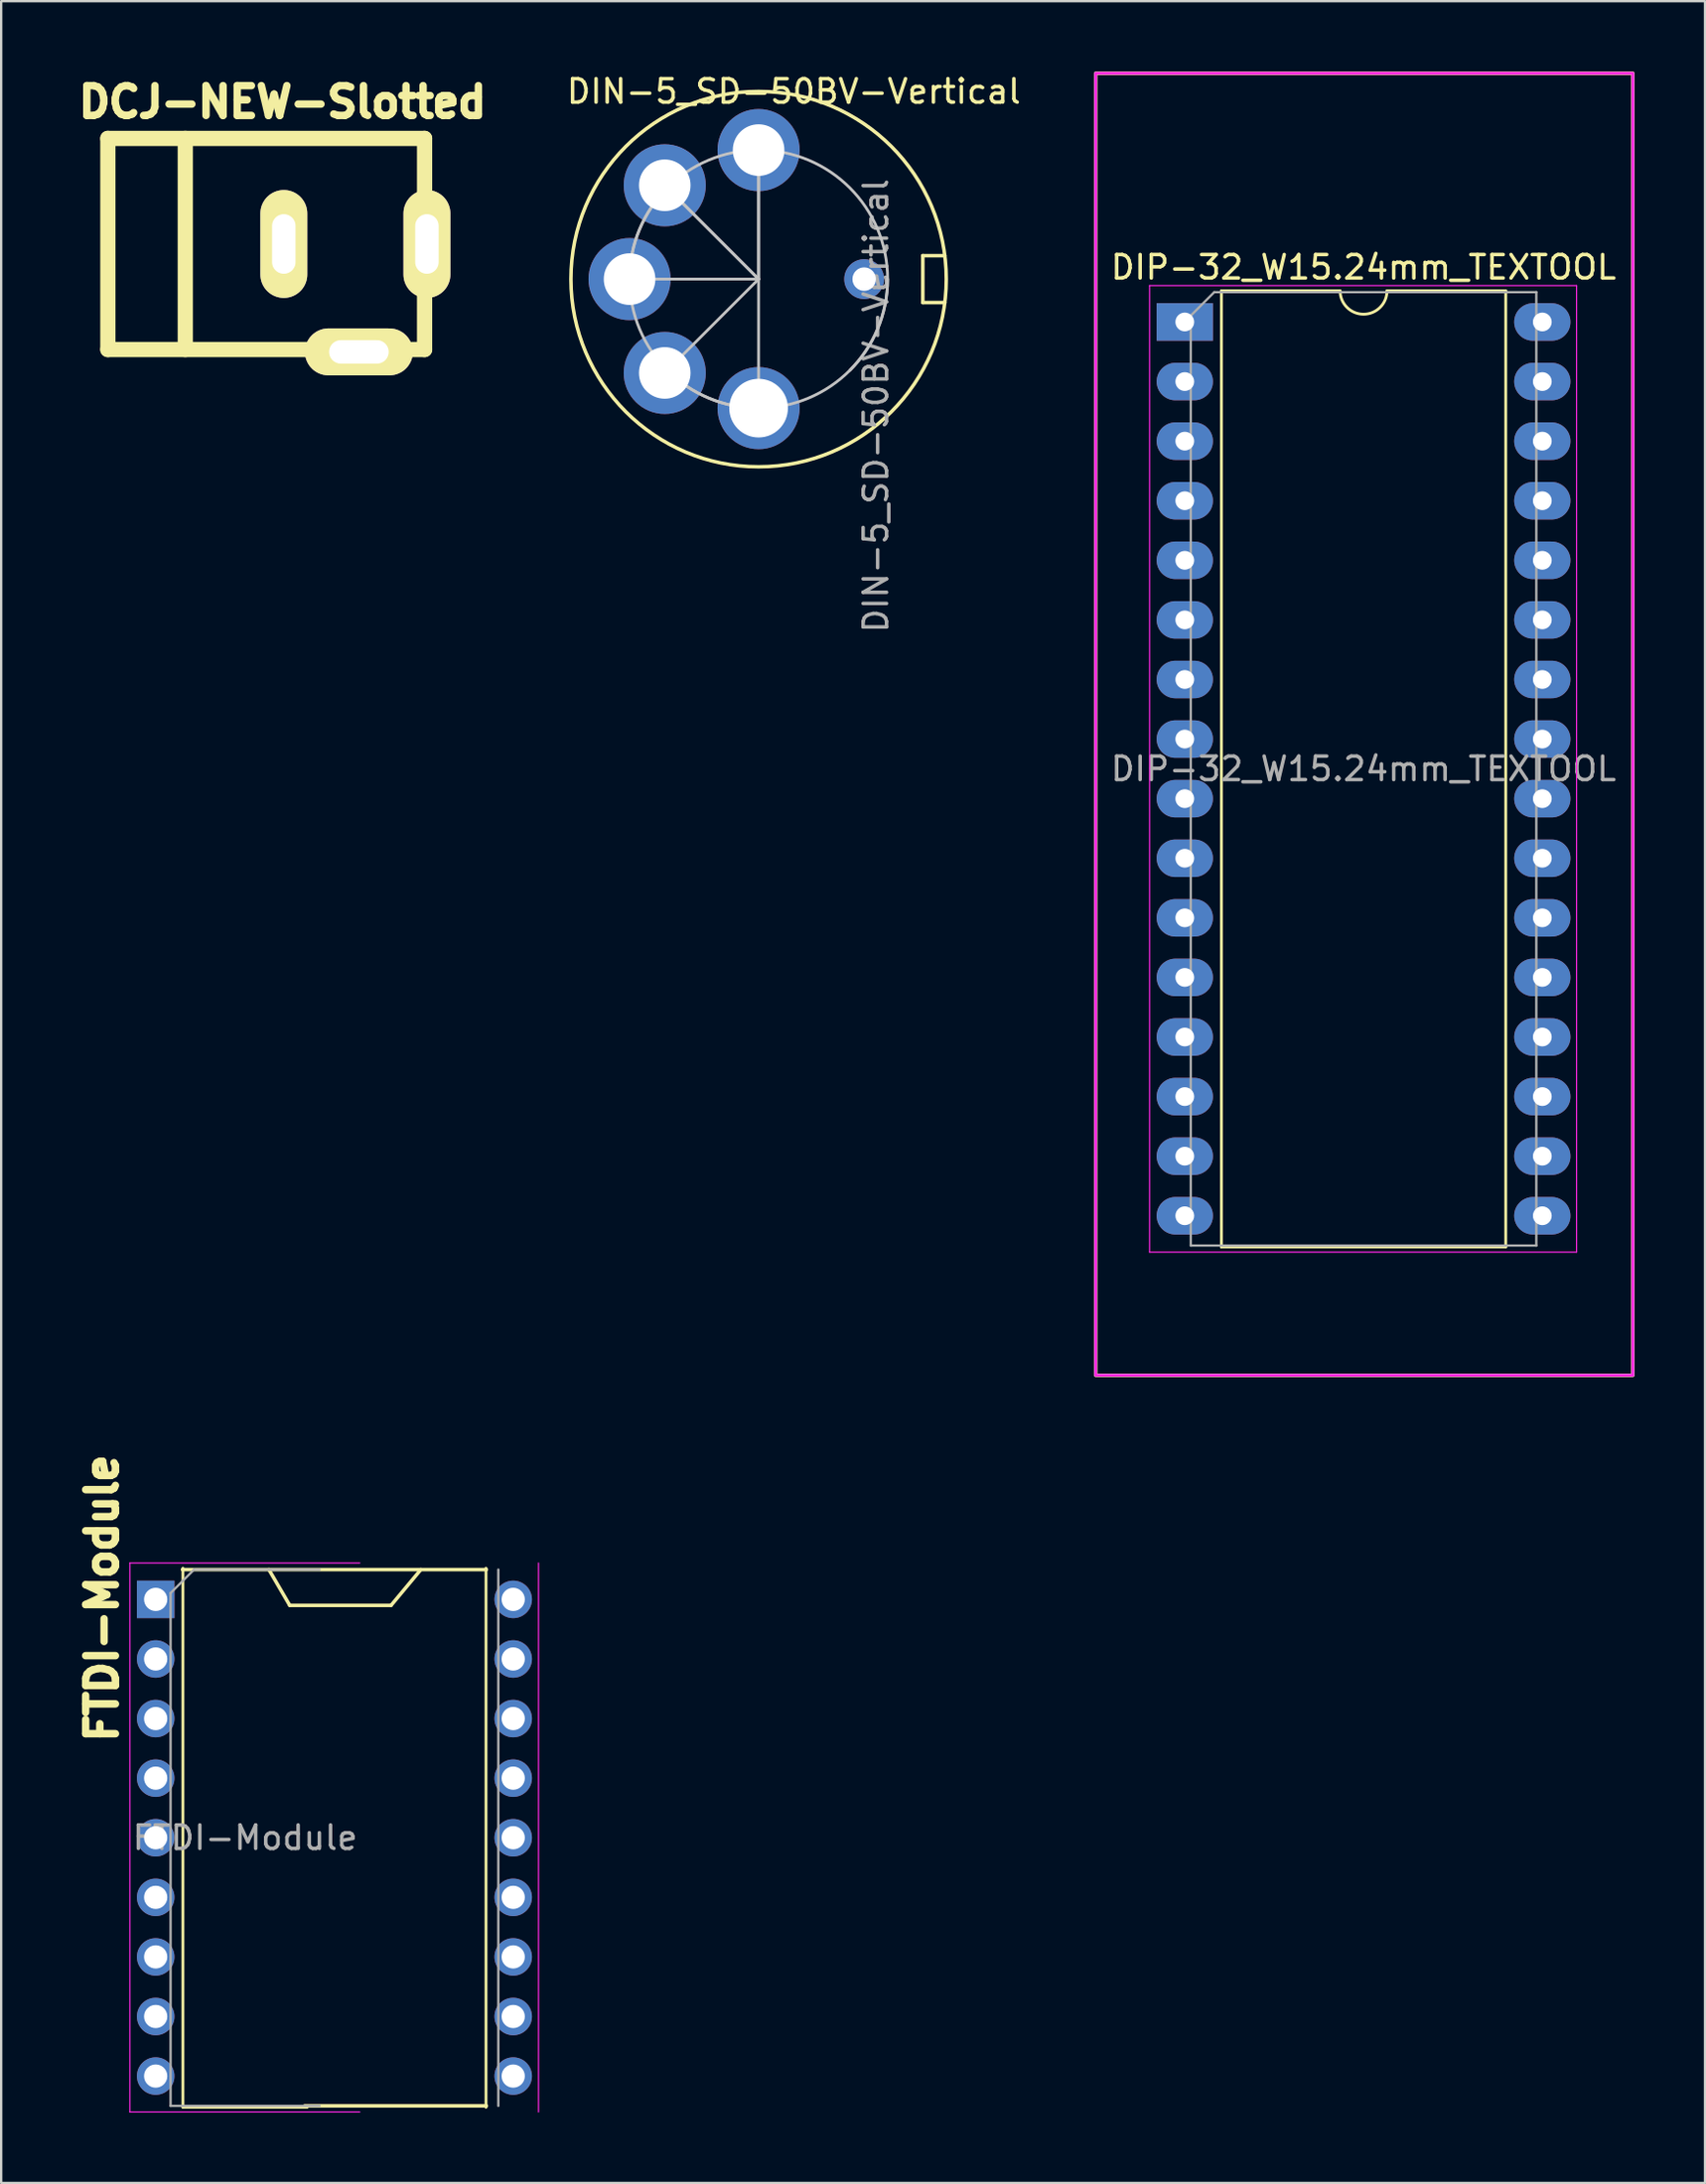
<source format=kicad_pcb>
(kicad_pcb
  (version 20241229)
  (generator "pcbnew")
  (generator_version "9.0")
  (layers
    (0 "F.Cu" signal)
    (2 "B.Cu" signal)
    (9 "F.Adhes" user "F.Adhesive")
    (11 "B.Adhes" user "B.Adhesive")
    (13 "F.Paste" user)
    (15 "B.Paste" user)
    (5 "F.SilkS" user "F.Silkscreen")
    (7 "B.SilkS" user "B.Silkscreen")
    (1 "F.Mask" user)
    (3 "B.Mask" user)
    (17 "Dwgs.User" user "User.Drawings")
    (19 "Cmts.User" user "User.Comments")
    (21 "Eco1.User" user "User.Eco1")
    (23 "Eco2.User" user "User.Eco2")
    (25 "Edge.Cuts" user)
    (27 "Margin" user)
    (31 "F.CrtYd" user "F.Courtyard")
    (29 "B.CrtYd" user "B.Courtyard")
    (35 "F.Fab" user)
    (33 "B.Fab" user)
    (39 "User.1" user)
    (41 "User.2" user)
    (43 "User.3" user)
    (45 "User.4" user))
  (footprint "DIN-5_SD-50BV-Vertical"
    (layer "F.Cu")
    (at 29.286 8.848)
    (property "Reference" "DIN-5_SD-50BV-Vertical" (at 1.5 -8 0) (layer "F.SilkS") (effects (font (size 1 1) (thickness 0.15))))
    (attr through_hole)
    (fp_line (start 7 -1) (end 7 1) (stroke (width 0.15) (type solid)) (layer "F.SilkS"))
    (fp_line (start 7 1) (end 7.94 1) (stroke (width 0.15) (type solid)) (layer "F.SilkS"))
    (fp_line (start 7.94 -1) (end 7 -1) (stroke (width 0.15) (type solid)) (layer "F.SilkS"))
    (fp_circle (center 0 0) (end 8 0) (stroke (width 0.15) (type solid)) (fill no) (layer "F.SilkS"))
    (fp_line (start -3.889 -3.889) (end 0 0) (stroke (width 0.12) (type solid)) (layer "Dwgs.User"))
    (fp_line (start 0 -5.5) (end 0 0) (stroke (width 0.12) (type solid)) (layer "Dwgs.User"))
    (fp_line (start 0 0) (end -6 0) (stroke (width 0.12) (type solid)) (layer "Dwgs.User"))
    (fp_line (start 0 0) (end -4.5 -4.5) (stroke (width 0.12) (type solid)) (layer "Dwgs.User"))
    (fp_line (start 0 0) (end -4.5 4.5) (stroke (width 0.12) (type solid)) (layer "Dwgs.User"))
    (fp_line (start 0 0) (end 0 -6.5) (stroke (width 0.12) (type solid)) (layer "Dwgs.User"))
    (fp_line (start 0 0) (end 0 6) (stroke (width 0.12) (type solid)) (layer "Dwgs.User"))
    (fp_arc (start -5.5 0) (mid -5.081337 -2.104759) (end -3.889087 -3.889087) (stroke (width 0.12) (type solid)) (layer "Dwgs.User"))
    (fp_arc (start 0 5.5) (mid -2.104759 5.081337) (end -3.889087 3.889087) (stroke (width 0.12) (type solid)) (layer "Dwgs.User"))
    (fp_arc (start 5.5 0) (mid 5.081337 2.104759) (end 3.889087 3.889087) (stroke (width 0.12) (type solid)) (layer "Dwgs.User"))
    (fp_circle (center 0 0) (end -5.5 0) (stroke (width 0.12) (type solid)) (fill no) (layer "Dwgs.User"))
    (fp_text user "${REFERENCE}" (at 5 5.397 90) (layer "F.Fab") (effects (font (size 1 1) (thickness 0.15))))
    (pad "1" thru_hole oval (at 0 5.5) (size 3.5 3.5) (drill 2.5) (layers "*.Cu" "*.Mask"))
    (pad "2" thru_hole oval (at -5.5 0) (size 3.5 3.5) (drill 2.2) (layers "*.Cu" "*.Mask"))
    (pad "3" thru_hole circle (at 0 -5.5) (size 3.5 3.5) (drill 2.2) (layers "*.Cu" "*.Mask"))
    (pad "4" thru_hole oval (at -4 4) (size 3.5 3.5) (drill 2.2) (layers "*.Cu" "*.Mask"))
    (pad "5" thru_hole oval (at -4 -4) (size 3.5 3.5) (drill 2.2) (layers "*.Cu" "*.Mask"))
    (pad "6" thru_hole oval (at 4.5 0) (size 1.7 1.7) (drill 1) (layers "*.Cu" "*.Mask")))
  (footprint "DIP-32_W15.24mm_TEXTOOL"
    (layer "F.Cu")
    (at 47.453 10.675)
    (property "Reference" "DIP-32_W15.24mm_TEXTOOL" (at 7.62 -2.33 0) (layer "F.SilkS") (effects (font (size 1 1) (thickness 0.15))))
    (attr through_hole)
    (fp_line (start 1.56 -1.33) (end 1.56 39.43) (stroke (width 0.12) (type solid)) (layer "F.SilkS"))
    (fp_line (start 1.56 39.43) (end 13.68 39.43) (stroke (width 0.12) (type solid)) (layer "F.SilkS"))
    (fp_line (start 6.62 -1.33) (end 1.56 -1.33) (stroke (width 0.12) (type solid)) (layer "F.SilkS"))
    (fp_line (start 13.68 -1.33) (end 8.62 -1.33) (stroke (width 0.12) (type solid)) (layer "F.SilkS"))
    (fp_line (start 13.68 39.43) (end 13.68 -1.33) (stroke (width 0.12) (type solid)) (layer "F.SilkS"))
    (fp_rect (start -3.8 -10.6) (end 19.1 44.9) (stroke (width 0.15) (type solid)) (fill no) (layer "F.SilkS"))
    (fp_arc (start 8.62 -1.33) (mid 7.62 -0.33) (end 6.62 -1.33) (stroke (width 0.12) (type solid)) (layer "F.SilkS"))
    (fp_line (start -1.5 -1.55) (end -1.5 39.65) (stroke (width 0.05) (type solid)) (layer "F.CrtYd"))
    (fp_line (start -1.5 39.65) (end 16.7 39.65) (stroke (width 0.05) (type solid)) (layer "F.CrtYd"))
    (fp_line (start 16.7 -1.55) (end -1.5 -1.55) (stroke (width 0.05) (type solid)) (layer "F.CrtYd"))
    (fp_line (start 16.7 39.65) (end 16.7 -1.55) (stroke (width 0.05) (type solid)) (layer "F.CrtYd"))
    (fp_rect (start -3.8 -10.6) (end 19.1 44.9) (stroke (width 0.12) (type solid)) (fill no) (layer "F.CrtYd"))
    (fp_line (start 0.255 -0.27) (end 1.255 -1.27) (stroke (width 0.1) (type solid)) (layer "F.Fab"))
    (fp_line (start 0.255 39.37) (end 0.255 -0.27) (stroke (width 0.1) (type solid)) (layer "F.Fab"))
    (fp_line (start 1.255 -1.27) (end 14.985 -1.27) (stroke (width 0.1) (type solid)) (layer "F.Fab"))
    (fp_line (start 14.985 -1.27) (end 14.985 39.37) (stroke (width 0.1) (type solid)) (layer "F.Fab"))
    (fp_line (start 14.985 39.37) (end 0.255 39.37) (stroke (width 0.1) (type solid)) (layer "F.Fab"))
    (fp_text user "${REFERENCE}" (at 7.62 19.05 0) (layer "F.Fab") (effects (font (size 1 1) (thickness 0.15))))
    (pad "1" thru_hole rect (at 0 0) (size 2.4 1.6) (drill 0.8) (layers "*.Cu" "*.Mask"))
    (pad "2" thru_hole oval (at 0 2.54) (size 2.4 1.6) (drill 0.8) (layers "*.Cu" "*.Mask"))
    (pad "3" thru_hole oval (at 0 5.08) (size 2.4 1.6) (drill 0.8) (layers "*.Cu" "*.Mask"))
    (pad "4" thru_hole oval (at 0 7.62) (size 2.4 1.6) (drill 0.8) (layers "*.Cu" "*.Mask"))
    (pad "5" thru_hole oval (at 0 10.16) (size 2.4 1.6) (drill 0.8) (layers "*.Cu" "*.Mask"))
    (pad "6" thru_hole oval (at 0 12.7) (size 2.4 1.6) (drill 0.8) (layers "*.Cu" "*.Mask"))
    (pad "7" thru_hole oval (at 0 15.24) (size 2.4 1.6) (drill 0.8) (layers "*.Cu" "*.Mask"))
    (pad "8" thru_hole oval (at 0 17.78) (size 2.4 1.6) (drill 0.8) (layers "*.Cu" "*.Mask"))
    (pad "9" thru_hole oval (at 0 20.32) (size 2.4 1.6) (drill 0.8) (layers "*.Cu" "*.Mask"))
    (pad "10" thru_hole oval (at 0 22.86) (size 2.4 1.6) (drill 0.8) (layers "*.Cu" "*.Mask"))
    (pad "11" thru_hole oval (at 0 25.4) (size 2.4 1.6) (drill 0.8) (layers "*.Cu" "*.Mask"))
    (pad "12" thru_hole oval (at 0 27.94) (size 2.4 1.6) (drill 0.8) (layers "*.Cu" "*.Mask"))
    (pad "13" thru_hole oval (at 0 30.48) (size 2.4 1.6) (drill 0.8) (layers "*.Cu" "*.Mask"))
    (pad "14" thru_hole oval (at 0 33.02) (size 2.4 1.6) (drill 0.8) (layers "*.Cu" "*.Mask"))
    (pad "15" thru_hole oval (at 0 35.56) (size 2.4 1.6) (drill 0.8) (layers "*.Cu" "*.Mask"))
    (pad "16" thru_hole oval (at 0 38.1) (size 2.4 1.6) (drill 0.8) (layers "*.Cu" "*.Mask"))
    (pad "17" thru_hole oval (at 15.24 38.1) (size 2.4 1.6) (drill 0.8) (layers "*.Cu" "*.Mask"))
    (pad "18" thru_hole oval (at 15.24 35.56) (size 2.4 1.6) (drill 0.8) (layers "*.Cu" "*.Mask"))
    (pad "19" thru_hole oval (at 15.24 33.02) (size 2.4 1.6) (drill 0.8) (layers "*.Cu" "*.Mask"))
    (pad "20" thru_hole oval (at 15.24 30.48) (size 2.4 1.6) (drill 0.8) (layers "*.Cu" "*.Mask"))
    (pad "21" thru_hole oval (at 15.24 27.94) (size 2.4 1.6) (drill 0.8) (layers "*.Cu" "*.Mask"))
    (pad "22" thru_hole oval (at 15.24 25.4) (size 2.4 1.6) (drill 0.8) (layers "*.Cu" "*.Mask"))
    (pad "23" thru_hole oval (at 15.24 22.86) (size 2.4 1.6) (drill 0.8) (layers "*.Cu" "*.Mask"))
    (pad "24" thru_hole oval (at 15.24 20.32) (size 2.4 1.6) (drill 0.8) (layers "*.Cu" "*.Mask"))
    (pad "25" thru_hole oval (at 15.24 17.78) (size 2.4 1.6) (drill 0.8) (layers "*.Cu" "*.Mask"))
    (pad "26" thru_hole oval (at 15.24 15.24) (size 2.4 1.6) (drill 0.8) (layers "*.Cu" "*.Mask"))
    (pad "27" thru_hole oval (at 15.24 12.7) (size 2.4 1.6) (drill 0.8) (layers "*.Cu" "*.Mask"))
    (pad "28" thru_hole oval (at 15.24 10.16) (size 2.4 1.6) (drill 0.8) (layers "*.Cu" "*.Mask"))
    (pad "29" thru_hole oval (at 15.24 7.62) (size 2.4 1.6) (drill 0.8) (layers "*.Cu" "*.Mask"))
    (pad "30" thru_hole oval (at 15.24 5.08) (size 2.4 1.6) (drill 0.8) (layers "*.Cu" "*.Mask"))
    (pad "31" thru_hole oval (at 15.24 2.54) (size 2.4 1.6) (drill 0.8) (layers "*.Cu" "*.Mask"))
    (pad "32" thru_hole oval (at 15.24 0) (size 2.4 1.6) (drill 0.8) (layers "*.Cu" "*.Mask")))
  (footprint "DCJ-NEW-Slotted"
    (layer "F.Cu")
    (at 9.048 7.35)
    (property "Reference" "DCJ-NEW-Slotted" (at -0.051 -6.05 0) (layer "F.SilkS") (effects (font (size 1.27 1.27) (thickness 0.318))))
    (attr through_hole)
    (fp_line (start -7.5 -4.5) (end -7.5 4.5) (stroke (width 0.65) (type solid)) (layer "F.SilkS"))
    (fp_line (start -7.5 -4.5) (end 6 -4.5) (stroke (width 0.65) (type solid)) (layer "F.SilkS"))
    (fp_line (start -7.5 4.5) (end 6 4.5) (stroke (width 0.65) (type solid)) (layer "F.SilkS"))
    (fp_line (start -4.2 4.5) (end -4.2 -4.5) (stroke (width 0.65) (type solid)) (layer "F.SilkS"))
    (fp_line (start 6 -4.5) (end 6 4.5) (stroke (width 0.65) (type solid)) (layer "F.SilkS"))
    (pad "1" thru_hole oval (at 6.1 0) (size 2 4.6) (drill oval 1 2.54) (layers "*.Cu" "*.Mask" "F.SilkS"))
    (pad "2" thru_hole oval (at 0 0) (size 2 4.6) (drill oval 1 2.54) (layers "*.Cu" "*.Mask" "F.SilkS"))
    (pad "3" thru_hole oval (at 3.2 4.6) (size 4.6 2) (drill oval 2.54 1) (layers "*.Cu" "*.Mask" "F.SilkS")))
  (footprint "FTDI-Module"
    (layer "F.Cu")
    (at 3.586 65.128)
    (property "Reference" "FTDI-Module" (at -2.286 -0.051 90) (layer "F.SilkS") (effects (font (size 1.27 1.27) (thickness 0.318))))
    (attr through_hole)
    (fp_line (start 1.143 -1.27) (end 14.097 -1.27) (stroke (width 0.15) (type solid)) (layer "F.SilkS"))
    (fp_line (start 1.16 -1.33) (end 1.16 21.65) (stroke (width 0.12) (type solid)) (layer "F.SilkS"))
    (fp_line (start 1.16 21.65) (end 6.46 21.65) (stroke (width 0.12) (type solid)) (layer "F.SilkS"))
    (fp_line (start 4.826 -1.27) (end 5.715 0.254) (stroke (width 0.15) (type solid)) (layer "F.SilkS"))
    (fp_line (start 5.715 0.254) (end 10.033 0.254) (stroke (width 0.15) (type solid)) (layer "F.SilkS"))
    (fp_line (start 6.35 21.59) (end 14.097 21.59) (stroke (width 0.15) (type solid)) (layer "F.SilkS"))
    (fp_line (start 10.033 0.254) (end 11.303 -1.27) (stroke (width 0.15) (type solid)) (layer "F.SilkS"))
    (fp_line (start 14.08 21.65) (end 14.08 -1.33) (stroke (width 0.12) (type solid)) (layer "F.SilkS"))
    (fp_line (start -1.1 -1.55) (end -1.1 21.85) (stroke (width 0.05) (type solid)) (layer "F.CrtYd"))
    (fp_line (start -1.1 21.85) (end 8.7 21.85) (stroke (width 0.05) (type solid)) (layer "F.CrtYd"))
    (fp_line (start 8.7 -1.55) (end -1.1 -1.55) (stroke (width 0.05) (type solid)) (layer "F.CrtYd"))
    (fp_line (start 16.32 21.85) (end 16.32 -1.55) (stroke (width 0.05) (type solid)) (layer "F.CrtYd"))
    (fp_line (start 0.635 -0.27) (end 1.635 -1.27) (stroke (width 0.1) (type solid)) (layer "F.Fab"))
    (fp_line (start 0.635 21.59) (end 0.635 -0.27) (stroke (width 0.1) (type solid)) (layer "F.Fab"))
    (fp_line (start 1.635 -1.27) (end 6.985 -1.27) (stroke (width 0.1) (type solid)) (layer "F.Fab"))
    (fp_line (start 6.985 21.59) (end 0.635 21.59) (stroke (width 0.1) (type solid)) (layer "F.Fab"))
    (fp_line (start 14.605 -1.27) (end 14.605 21.59) (stroke (width 0.1) (type solid)) (layer "F.Fab"))
    (fp_text user "${REFERENCE}" (at 3.81 10.16 0) (layer "F.Fab") (effects (font (size 1 1) (thickness 0.15))))
    (pad "1" thru_hole rect (at 0 0) (size 1.6 1.6) (drill 0.991) (layers "*.Cu" "*.Mask"))
    (pad "2" thru_hole oval (at 0 2.54) (size 1.6 1.6) (drill 0.991) (layers "*.Cu" "*.Mask"))
    (pad "3" thru_hole oval (at 0 5.08) (size 1.6 1.6) (drill 0.991) (layers "*.Cu" "*.Mask"))
    (pad "4" thru_hole oval (at 0 7.62) (size 1.6 1.6) (drill 0.991) (layers "*.Cu" "*.Mask"))
    (pad "5" thru_hole oval (at 0 10.16) (size 1.6 1.6) (drill 0.991) (layers "*.Cu" "*.Mask"))
    (pad "6" thru_hole oval (at 0 12.7) (size 1.6 1.6) (drill 0.991) (layers "*.Cu" "*.Mask"))
    (pad "7" thru_hole oval (at 0 15.24) (size 1.6 1.6) (drill 0.991) (layers "*.Cu" "*.Mask"))
    (pad "8" thru_hole oval (at 0 17.78) (size 1.6 1.6) (drill 0.991) (layers "*.Cu" "*.Mask"))
    (pad "9" thru_hole oval (at 0 20.32) (size 1.6 1.6) (drill 0.991) (layers "*.Cu" "*.Mask"))
    (pad "10" thru_hole oval (at 15.24 20.32) (size 1.6 1.6) (drill 0.991) (layers "*.Cu" "*.Mask"))
    (pad "11" thru_hole oval (at 15.24 17.78) (size 1.6 1.6) (drill 0.991) (layers "*.Cu" "*.Mask"))
    (pad "12" thru_hole oval (at 15.24 15.24) (size 1.6 1.6) (drill 0.991) (layers "*.Cu" "*.Mask"))
    (pad "13" thru_hole oval (at 15.24 12.7) (size 1.6 1.6) (drill 0.991) (layers "*.Cu" "*.Mask"))
    (pad "14" thru_hole oval (at 15.24 10.16) (size 1.6 1.6) (drill 0.991) (layers "*.Cu" "*.Mask"))
    (pad "15" thru_hole oval (at 15.24 7.62) (size 1.6 1.6) (drill 0.991) (layers "*.Cu" "*.Mask"))
    (pad "16" thru_hole oval (at 15.24 5.08) (size 1.6 1.6) (drill 0.991) (layers "*.Cu" "*.Mask"))
    (pad "17" thru_hole oval (at 15.24 2.54) (size 1.6 1.6) (drill 0.991) (layers "*.Cu" "*.Mask"))
    (pad "18" thru_hole oval (at 15.24 0) (size 1.6 1.6) (drill 0.991) (layers "*.Cu" "*.Mask")))
  (gr_rect
    (start -3 -3)
    (end 69.628 90.003)
    (stroke (width 0.1) (type default))
    (fill no)
    (layer "Edge.Cuts")))
</source>
